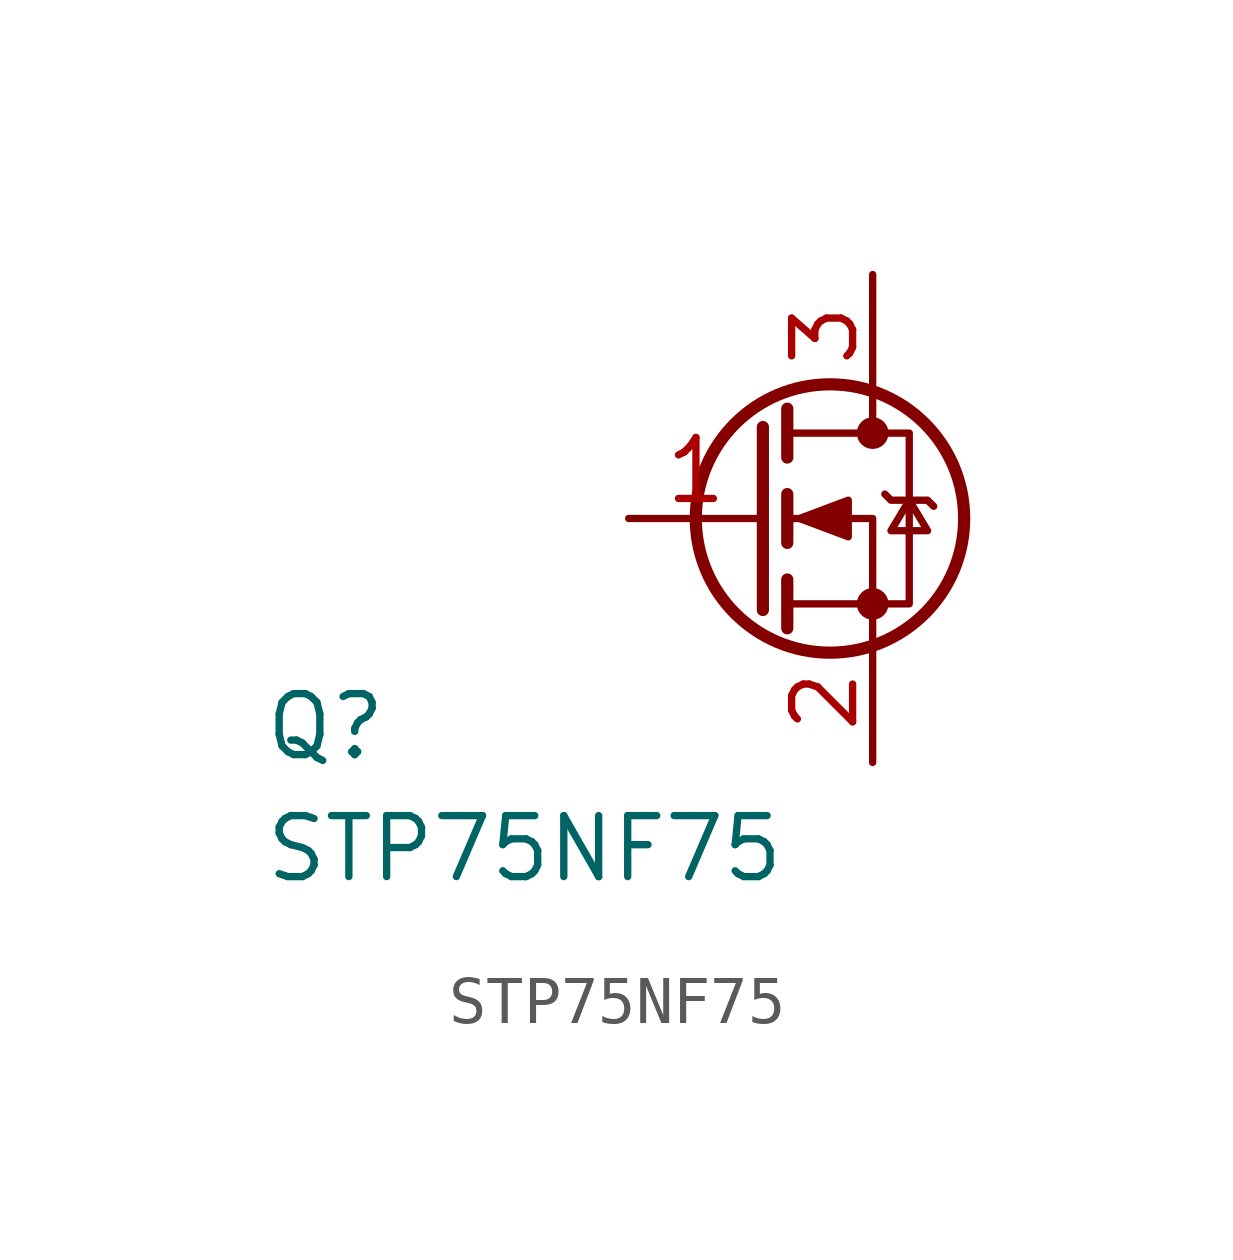
<source format=kicad_sym>
(kicad_symbol_lib
  (version 20220914)
  (generator kicad_symbol_editor)
  (symbol "STP75NF75"
    (pin_names
      (offset 1.016))
    (property "Reference" "Q"
      (at -7.62 -5.08 0)
      (effects (font (size 1.27 1.27)) (justify left bottom)))
    (property "Value" "STP75NF75"
      (at -7.62 -7.62 0)
      (effects (font (size 1.27 1.27)) (justify left bottom)))
    (symbol "STP75NF75_0_1"
      (polyline (pts (xy 2.794 1.905) (xy 2.794 -1.905)) (stroke (width 0.254) (type default)) (fill (type none)))
      (polyline (pts (xy 3.302 -1.27) (xy 3.302 -2.286)) (stroke (width 0.254) (type default)) (fill (type none)))
      (polyline (pts (xy 3.302 0.508) (xy 3.302 -0.508)) (stroke (width 0.254) (type default)) (fill (type none)))
      (polyline (pts (xy 3.302 2.286) (xy 3.302 1.27)) (stroke (width 0.254) (type default)) (fill (type none)))
      (polyline (pts (xy 5.08 2.54) (xy 5.08 1.778)) (stroke (width 0) (type default)) (fill (type none)))
      (polyline (pts (xy 5.08 -2.54) (xy 5.08 0) (xy 3.302 0)) (stroke (width 0) (type default)) (fill (type none)))
      (polyline (pts (xy 3.302 -1.778) (xy 5.842 -1.778) (xy 5.842 1.778) (xy 3.302 1.778)) (stroke (width 0) (type default)) (fill (type none)))
      (polyline (pts (xy 3.556 0) (xy 4.572 0.381) (xy 4.572 -0.381) (xy 3.556 0)) (stroke (width 0) (type default)) (fill (type outline)))
      (polyline (pts (xy 5.334 0.508) (xy 5.461 0.381) (xy 6.223 0.381) (xy 6.35 0.254)) (stroke (width 0) (type default)) (fill (type none)))
      (polyline (pts (xy 5.842 0.381) (xy 5.461 -0.254) (xy 6.223 -0.254) (xy 5.842 0.381)) (stroke (width 0) (type default)) (fill (type none)))
      (circle (center 4.191 0) (radius 2.794) (stroke (width 0.254) (type default)) (fill (type none)))
      (circle (center 5.08 -1.778) (radius 0.254) (stroke (width 0) (type default)) (fill (type outline)))
      (circle (center 5.08 1.778) (radius 0.254) (stroke (width 0) (type default)) (fill (type outline))))
    (symbol "STP75NF75_1_1"
      (pin passive line (at 0 0 0) (length 2.8) (name "" (effects (font (size 1.27 1.27)))) (number "1" (effects (font (size 1.27 1.27)))))
      (pin passive line (at 5.08 -5.08 90) (length 2.54) (name "" (effects (font (size 1.27 1.27)))) (number "2" (effects (font (size 1.27 1.27)))))
      (pin passive line (at 5.08 5.08 270) (length 2.54) (name "" (effects (font (size 1.27 1.27)))) (number "3" (effects (font (size 1.27 1.27))))))))
</source>
